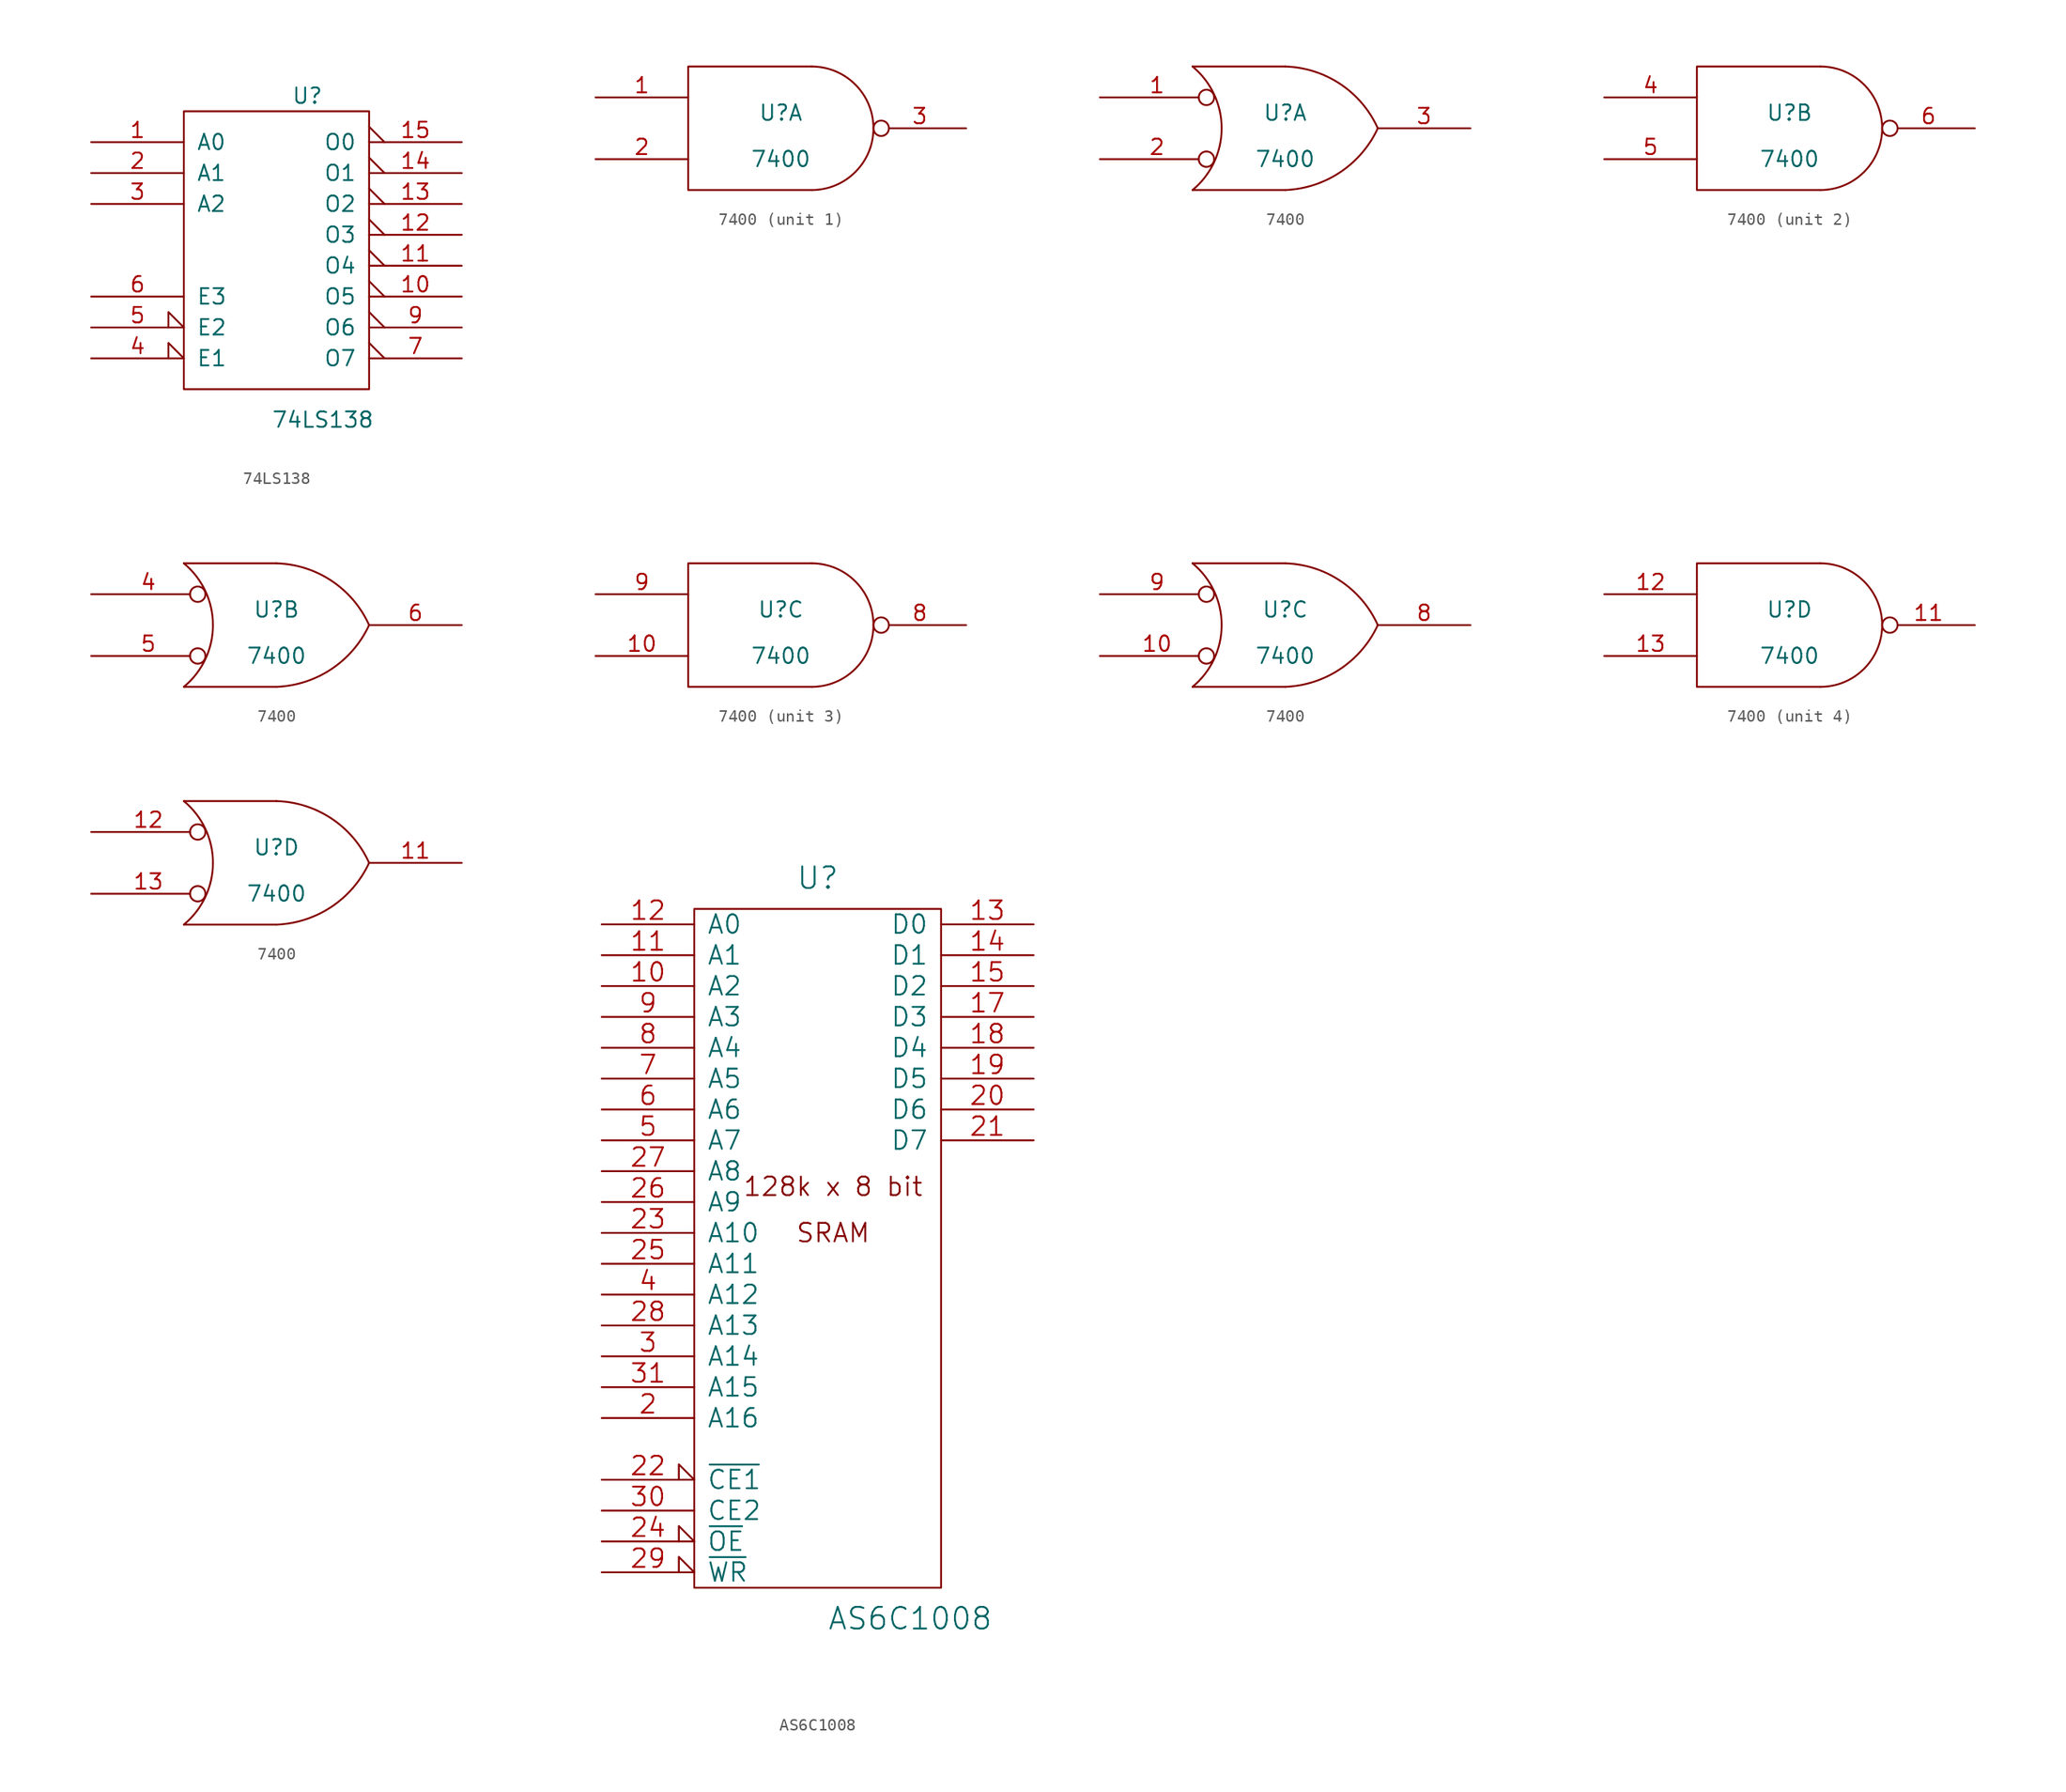
<source format=kicad_sym>
(kicad_symbol_lib
  (version 20241209)
  (generator "kicad_symbol_editor")
  (generator_version "9.0")
  (symbol "74LS138"
    (pin_names
      (offset 1.016))
    (property "Reference" "U"
      (at 2.54 12.7 0)
      (effects (font (size 1.27 1.27))))
    (property "Value" "74LS138"
      (at 3.81 -13.945 0)
      (effects (font (size 1.27 1.27))))
    (property "Footprint" ""
      (at 0 0 0)
      (effects (font (size 1.27 1.27))))
    (property "Datasheet" ""
      (at 0 0 0)
      (effects (font (size 1.27 1.27))))
    (symbol "74LS138_0_1"
      (rectangle (start -7.62 11.43) (end 7.62 -11.43) (stroke (width 0) (type solid)) (fill (type none))))
    (symbol "74LS138_1_1"
      (pin input line (at -15.24 8.89 0) (length 7.62) (name "A0" (effects (font (size 1.27 1.27)))) (number "1" (effects (font (size 1.27 1.27)))))
      (pin input line (at -15.24 6.35 0) (length 7.62) (name "A1" (effects (font (size 1.27 1.27)))) (number "2" (effects (font (size 1.27 1.27)))))
      (pin input line (at -15.24 3.81 0) (length 7.62) (name "A2" (effects (font (size 1.27 1.27)))) (number "3" (effects (font (size 1.27 1.27)))))
      (pin input line (at -15.24 -3.81 0) (length 7.62) (name "E3" (effects (font (size 1.27 1.27)))) (number "6" (effects (font (size 1.27 1.27)))))
      (pin input input_low (at -15.24 -6.35 0) (length 7.62) (name "E2" (effects (font (size 1.27 1.27)))) (number "5" (effects (font (size 1.27 1.27)))))
      (pin input input_low (at -15.24 -8.89 0) (length 7.62) (name "E1" (effects (font (size 1.27 1.27)))) (number "4" (effects (font (size 1.27 1.27)))))
      (pin power_in line (at 0 11.43 270) (length 0) (hide yes) (name "VCC" (effects (font (size 1.27 1.27)))) (number "16" (effects (font (size 1.27 1.27)))))
      (pin power_in line (at 0 -11.43 90) (length 0) (hide yes) (name "GND" (effects (font (size 1.27 1.27)))) (number "8" (effects (font (size 1.27 1.27)))))
      (pin output output_low (at 15.24 8.89 180) (length 7.62) (name "O0" (effects (font (size 1.27 1.27)))) (number "15" (effects (font (size 1.27 1.27)))))
      (pin output output_low (at 15.24 6.35 180) (length 7.62) (name "O1" (effects (font (size 1.27 1.27)))) (number "14" (effects (font (size 1.27 1.27)))))
      (pin output output_low (at 15.24 3.81 180) (length 7.62) (name "O2" (effects (font (size 1.27 1.27)))) (number "13" (effects (font (size 1.27 1.27)))))
      (pin output output_low (at 15.24 1.27 180) (length 7.62) (name "O3" (effects (font (size 1.27 1.27)))) (number "12" (effects (font (size 1.27 1.27)))))
      (pin output output_low (at 15.24 -1.27 180) (length 7.62) (name "O4" (effects (font (size 1.27 1.27)))) (number "11" (effects (font (size 1.27 1.27)))))
      (pin output output_low (at 15.24 -3.81 180) (length 7.62) (name "O5" (effects (font (size 1.27 1.27)))) (number "10" (effects (font (size 1.27 1.27)))))
      (pin output output_low (at 15.24 -6.35 180) (length 7.62) (name "O6" (effects (font (size 1.27 1.27)))) (number "9" (effects (font (size 1.27 1.27)))))
      (pin output output_low (at 15.24 -8.89 180) (length 7.62) (name "O7" (effects (font (size 1.27 1.27)))) (number "7" (effects (font (size 1.27 1.27)))))))
  (symbol "7400"
    (pin_names
      (offset 0.762))
    (property "Reference" "U"
      (at 0 1.27 0)
      (effects (font (size 1.27 1.27))))
    (property "Value" "7400"
      (at 0 -2.54 0)
      (effects (font (size 1.27 1.27))))
    (property "Footprint" ""
      (at 0 0 0)
      (effects (font (size 1.27 1.27))))
    (property "Datasheet" ""
      (at 0 0 0)
      (effects (font (size 1.27 1.27))))
    (symbol "7400_0_0"
      (pin power_in line (at -5.08 5.08 270) (length 0) (hide yes) (name "VCC" (effects (font (size 1.016 1.016)))) (number "14" (effects (font (size 1.016 1.016)))))
      (pin power_in line (at -5.08 -5.08 90) (length 0) (hide yes) (name "GND" (effects (font (size 1.016 1.016)))) (number "7" (effects (font (size 1.016 1.016))))))
    (symbol "7400_0_1"
      (polyline (pts (xy 2.54 5.08) (xy -7.62 5.08) (xy -7.62 -5.08) (xy 2.54 -5.08)) (stroke (width 0) (type solid)) (fill (type none)))
      (arc (start 2.54 5.08) (mid 7.62 0) (end 2.54 -5.08) (stroke (width 0) (type solid)) (fill (type none))))
    (symbol "7400_0_2"
      (arc (start -7.62 5.08) (mid -5.2253 0) (end -7.62 -5.08) (stroke (width 0) (type solid)) (fill (type none)))
      (polyline (pts (xy -7.62 5.08) (xy 0 5.08)) (stroke (width 0) (type solid)) (fill (type none)))
      (polyline (pts (xy -7.62 -5.08) (xy 0 -5.08)) (stroke (width 0) (type solid)) (fill (type none)))
      (arc (start 7.62 0) (mid 4.5285 -3.612) (end 0 -5.08) (stroke (width 0) (type solid)) (fill (type none)))
      (arc (start 0 5.08) (mid 4.5426 3.6351) (end 7.62 0) (stroke (width 0) (type solid)) (fill (type none))))
    (symbol "7400_1_1"
      (pin input line (at -15.24 2.54 0) (length 7.62) (name "~" (effects (font (size 1.27 1.27)))) (number "1" (effects (font (size 1.27 1.27)))))
      (pin input line (at -15.24 -2.54 0) (length 7.62) (name "~" (effects (font (size 1.27 1.27)))) (number "2" (effects (font (size 1.27 1.27)))))
      (pin output inverted (at 15.24 0 180) (length 7.62) (name "~" (effects (font (size 1.27 1.27)))) (number "3" (effects (font (size 1.27 1.27))))))
    (symbol "7400_1_2"
      (pin input inverted (at -15.24 2.54 0) (length 9.398) (name "~" (effects (font (size 1.27 1.27)))) (number "1" (effects (font (size 1.27 1.27)))))
      (pin input inverted (at -15.24 -2.54 0) (length 9.398) (name "~" (effects (font (size 1.27 1.27)))) (number "2" (effects (font (size 1.27 1.27)))))
      (pin output line (at 15.24 0 180) (length 7.62) (name "~" (effects (font (size 1.27 1.27)))) (number "3" (effects (font (size 1.27 1.27))))))
    (symbol "7400_2_1"
      (pin input line (at -15.24 2.54 0) (length 7.62) (name "~" (effects (font (size 1.27 1.27)))) (number "4" (effects (font (size 1.27 1.27)))))
      (pin input line (at -15.24 -2.54 0) (length 7.62) (name "~" (effects (font (size 1.27 1.27)))) (number "5" (effects (font (size 1.27 1.27)))))
      (pin output inverted (at 15.24 0 180) (length 7.62) (name "~" (effects (font (size 1.27 1.27)))) (number "6" (effects (font (size 1.27 1.27))))))
    (symbol "7400_2_2"
      (pin input inverted (at -15.24 2.54 0) (length 9.398) (name "~" (effects (font (size 1.27 1.27)))) (number "4" (effects (font (size 1.27 1.27)))))
      (pin input inverted (at -15.24 -2.54 0) (length 9.398) (name "~" (effects (font (size 1.27 1.27)))) (number "5" (effects (font (size 1.27 1.27)))))
      (pin output line (at 15.24 0 180) (length 7.62) (name "~" (effects (font (size 1.27 1.27)))) (number "6" (effects (font (size 1.27 1.27))))))
    (symbol "7400_3_1"
      (pin input line (at -15.24 2.54 0) (length 7.62) (name "~" (effects (font (size 1.27 1.27)))) (number "9" (effects (font (size 1.27 1.27)))))
      (pin input line (at -15.24 -2.54 0) (length 7.62) (name "~" (effects (font (size 1.27 1.27)))) (number "10" (effects (font (size 1.27 1.27)))))
      (pin output inverted (at 15.24 0 180) (length 7.62) (name "~" (effects (font (size 1.27 1.27)))) (number "8" (effects (font (size 1.27 1.27))))))
    (symbol "7400_3_2"
      (pin input inverted (at -15.24 2.54 0) (length 9.398) (name "~" (effects (font (size 1.27 1.27)))) (number "9" (effects (font (size 1.27 1.27)))))
      (pin input inverted (at -15.24 -2.54 0) (length 9.398) (name "~" (effects (font (size 1.27 1.27)))) (number "10" (effects (font (size 1.27 1.27)))))
      (pin output line (at 15.24 0 180) (length 7.62) (name "~" (effects (font (size 1.27 1.27)))) (number "8" (effects (font (size 1.27 1.27))))))
    (symbol "7400_4_1"
      (pin input line (at -15.24 2.54 0) (length 7.62) (name "~" (effects (font (size 1.27 1.27)))) (number "12" (effects (font (size 1.27 1.27)))))
      (pin input line (at -15.24 -2.54 0) (length 7.62) (name "~" (effects (font (size 1.27 1.27)))) (number "13" (effects (font (size 1.27 1.27)))))
      (pin output inverted (at 15.24 0 180) (length 7.62) (name "~" (effects (font (size 1.27 1.27)))) (number "11" (effects (font (size 1.27 1.27))))))
    (symbol "7400_4_2"
      (pin input inverted (at -15.24 2.54 0) (length 9.398) (name "~" (effects (font (size 1.27 1.27)))) (number "12" (effects (font (size 1.27 1.27)))))
      (pin input inverted (at -15.24 -2.54 0) (length 9.398) (name "~" (effects (font (size 1.27 1.27)))) (number "13" (effects (font (size 1.27 1.27)))))
      (pin output line (at 15.24 0 180) (length 7.62) (name "~" (effects (font (size 1.27 1.27)))) (number "11" (effects (font (size 1.27 1.27)))))))
  (symbol "AS6C1008"
    (pin_names
      (offset 1.016))
    (property "Reference" "U"
      (at 0 30.48 0)
      (effects (font (size 1.778 1.778))))
    (property "Value" "AS6C1008"
      (at 7.62 -30.48 0)
      (effects (font (size 1.778 1.778))))
    (property "Footprint" ""
      (at -2.54 27.94 0)
      (effects (font (size 1.524 1.524))))
    (property "Datasheet" ""
      (at 0 0 0)
      (effects (font (size 1.524 1.524))))
    (symbol "AS6C1008_0_0"
      (text "128k x 8 bit" (at 1.27 5.08 0) (effects (font (size 1.524 1.524))))
      (text "SRAM" (at 1.27 1.27 0) (effects (font (size 1.524 1.524))))
      (pin power_in line (at 0 27.94 270) (length 0) (hide yes) (name "VCC" (effects (font (size 1.524 1.524)))) (number "32" (effects (font (size 1.524 1.524)))))
      (pin power_in line (at 0 -27.94 90) (length 0) (hide yes) (name "GND" (effects (font (size 1.524 1.524)))) (number "16" (effects (font (size 1.524 1.524))))))
    (symbol "AS6C1008_0_1"
      (rectangle (start -10.16 27.94) (end 10.16 -27.94) (stroke (width 0) (type solid)) (fill (type none))))
    (symbol "AS6C1008_1_1"
      (pin input line (at -17.78 26.67 0) (length 7.62) (name "A0" (effects (font (size 1.524 1.524)))) (number "12" (effects (font (size 1.524 1.524)))))
      (pin input line (at -17.78 24.13 0) (length 7.62) (name "A1" (effects (font (size 1.524 1.524)))) (number "11" (effects (font (size 1.524 1.524)))))
      (pin input line (at -17.78 21.59 0) (length 7.62) (name "A2" (effects (font (size 1.524 1.524)))) (number "10" (effects (font (size 1.524 1.524)))))
      (pin input line (at -17.78 19.05 0) (length 7.62) (name "A3" (effects (font (size 1.524 1.524)))) (number "9" (effects (font (size 1.524 1.524)))))
      (pin input line (at -17.78 16.51 0) (length 7.62) (name "A4" (effects (font (size 1.524 1.524)))) (number "8" (effects (font (size 1.524 1.524)))))
      (pin input line (at -17.78 13.97 0) (length 7.62) (name "A5" (effects (font (size 1.524 1.524)))) (number "7" (effects (font (size 1.524 1.524)))))
      (pin input line (at -17.78 11.43 0) (length 7.62) (name "A6" (effects (font (size 1.524 1.524)))) (number "6" (effects (font (size 1.524 1.524)))))
      (pin input line (at -17.78 8.89 0) (length 7.62) (name "A7" (effects (font (size 1.524 1.524)))) (number "5" (effects (font (size 1.524 1.524)))))
      (pin input line (at -17.78 6.35 0) (length 7.62) (name "A8" (effects (font (size 1.524 1.524)))) (number "27" (effects (font (size 1.524 1.524)))))
      (pin input line (at -17.78 3.81 0) (length 7.62) (name "A9" (effects (font (size 1.524 1.524)))) (number "26" (effects (font (size 1.524 1.524)))))
      (pin input line (at -17.78 1.27 0) (length 7.62) (name "A10" (effects (font (size 1.524 1.524)))) (number "23" (effects (font (size 1.524 1.524)))))
      (pin input line (at -17.78 -1.27 0) (length 7.62) (name "A11" (effects (font (size 1.524 1.524)))) (number "25" (effects (font (size 1.524 1.524)))))
      (pin input line (at -17.78 -3.81 0) (length 7.62) (name "A12" (effects (font (size 1.524 1.524)))) (number "4" (effects (font (size 1.524 1.524)))))
      (pin input line (at -17.78 -6.35 0) (length 7.62) (name "A13" (effects (font (size 1.524 1.524)))) (number "28" (effects (font (size 1.524 1.524)))))
      (pin input line (at -17.78 -8.89 0) (length 7.62) (name "A14" (effects (font (size 1.524 1.524)))) (number "3" (effects (font (size 1.524 1.524)))))
      (pin input line (at -17.78 -11.43 0) (length 7.62) (name "A15" (effects (font (size 1.524 1.524)))) (number "31" (effects (font (size 1.524 1.524)))))
      (pin input line (at -17.78 -13.97 0) (length 7.62) (name "A16" (effects (font (size 1.524 1.524)))) (number "2" (effects (font (size 1.524 1.524)))))
      (pin input input_low (at -17.78 -19.05 0) (length 7.62) (name "~{CE1}" (effects (font (size 1.524 1.524)))) (number "22" (effects (font (size 1.524 1.524)))))
      (pin input line (at -17.78 -21.59 0) (length 7.62) (name "CE2" (effects (font (size 1.524 1.524)))) (number "30" (effects (font (size 1.524 1.524)))))
      (pin input input_low (at -17.78 -24.13 0) (length 7.62) (name "~{OE}" (effects (font (size 1.524 1.524)))) (number "24" (effects (font (size 1.524 1.524)))))
      (pin input input_low (at -17.78 -26.67 0) (length 7.62) (name "~{WR}" (effects (font (size 1.524 1.524)))) (number "29" (effects (font (size 1.524 1.524)))))
      (pin tri_state line (at 17.78 26.67 180) (length 7.62) (name "D0" (effects (font (size 1.524 1.524)))) (number "13" (effects (font (size 1.524 1.524)))))
      (pin tri_state line (at 17.78 24.13 180) (length 7.62) (name "D1" (effects (font (size 1.524 1.524)))) (number "14" (effects (font (size 1.524 1.524)))))
      (pin tri_state line (at 17.78 21.59 180) (length 7.62) (name "D2" (effects (font (size 1.524 1.524)))) (number "15" (effects (font (size 1.524 1.524)))))
      (pin tri_state line (at 17.78 19.05 180) (length 7.62) (name "D3" (effects (font (size 1.524 1.524)))) (number "17" (effects (font (size 1.524 1.524)))))
      (pin tri_state line (at 17.78 16.51 180) (length 7.62) (name "D4" (effects (font (size 1.524 1.524)))) (number "18" (effects (font (size 1.524 1.524)))))
      (pin tri_state line (at 17.78 13.97 180) (length 7.62) (name "D5" (effects (font (size 1.524 1.524)))) (number "19" (effects (font (size 1.524 1.524)))))
      (pin tri_state line (at 17.78 11.43 180) (length 7.62) (name "D6" (effects (font (size 1.524 1.524)))) (number "20" (effects (font (size 1.524 1.524)))))
      (pin tri_state line (at 17.78 8.89 180) (length 7.62) (name "D7" (effects (font (size 1.524 1.524)))) (number "21" (effects (font (size 1.524 1.524))))))))
</source>
